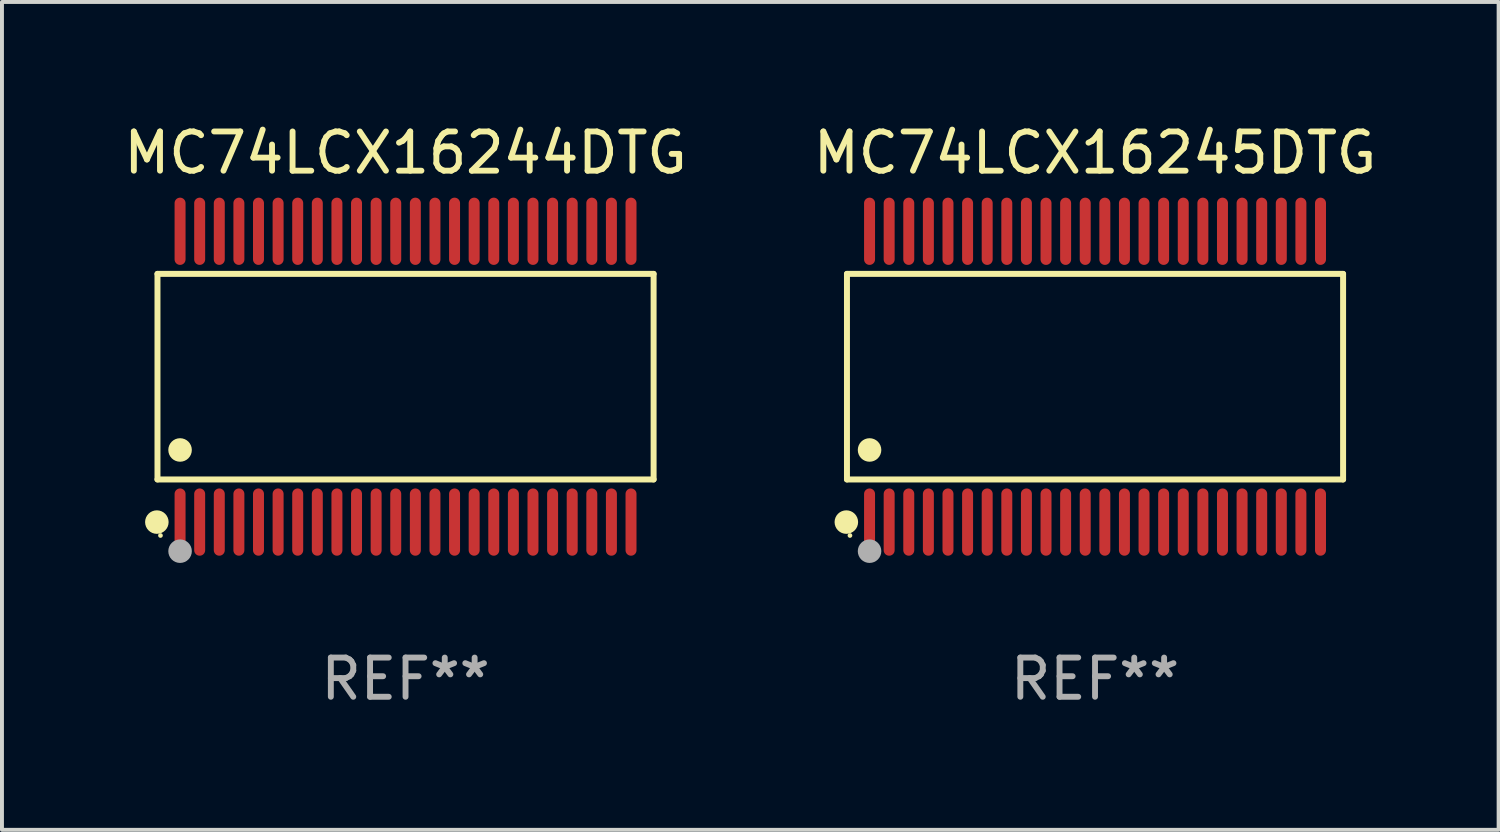
<source format=kicad_pcb>
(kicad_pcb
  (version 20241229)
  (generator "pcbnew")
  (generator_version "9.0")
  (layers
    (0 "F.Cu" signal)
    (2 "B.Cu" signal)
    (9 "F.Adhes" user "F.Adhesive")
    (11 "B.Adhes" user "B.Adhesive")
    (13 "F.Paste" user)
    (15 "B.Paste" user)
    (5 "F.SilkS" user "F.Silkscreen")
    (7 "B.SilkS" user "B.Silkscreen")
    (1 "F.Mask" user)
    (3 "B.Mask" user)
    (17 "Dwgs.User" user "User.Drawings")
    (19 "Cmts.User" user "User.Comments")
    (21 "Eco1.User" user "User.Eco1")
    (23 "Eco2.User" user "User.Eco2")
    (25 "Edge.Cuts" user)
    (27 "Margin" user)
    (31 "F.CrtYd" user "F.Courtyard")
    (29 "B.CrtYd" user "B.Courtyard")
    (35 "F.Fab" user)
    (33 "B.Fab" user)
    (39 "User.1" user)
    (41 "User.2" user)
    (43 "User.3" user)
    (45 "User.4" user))
  (footprint "MC74LCX16245DTG"
    (layer "F.Cu")
    (at 24.875 6.556)
    (property "Reference" "MC74LCX16245DTG" (at 0 -5.708 0) (layer "F.SilkS") (effects (font (size 1 1) (thickness 0.15))))
    (attr through_hole)
    (fp_line (start -6.326 -2.622) (end 6.326 -2.622) (stroke (width 0.152) (type solid)) (layer "F.SilkS"))
    (fp_line (start -6.326 2.621) (end -6.326 -2.622) (stroke (width 0.152) (type solid)) (layer "F.SilkS"))
    (fp_line (start 6.326 -2.622) (end 6.326 2.621) (stroke (width 0.152) (type solid)) (layer "F.SilkS"))
    (fp_line (start 6.326 2.621) (end -6.326 2.621) (stroke (width 0.152) (type solid)) (layer "F.SilkS"))
    (fp_circle (center -6.342 3.708) (end -6.192 3.708) (stroke (width 0.3) (type solid)) (fill no) (layer "F.SilkS"))
    (fp_circle (center -6.25 4.05) (end -6.22 4.05) (stroke (width 0.06) (type solid)) (fill no) (layer "F.SilkS"))
    (fp_circle (center -5.75 1.869) (end -5.6 1.869) (stroke (width 0.3) (type solid)) (fill no) (layer "F.SilkS"))
    (fp_circle (center -5.75 4.45) (end -5.6 4.45) (stroke (width 0.3) (type solid)) (fill no) (layer "F.Fab"))
    (fp_text user "REF**" (at 0 7.708 0) (layer "F.Fab") (effects (font (size 1 1) (thickness 0.15))))
    (pad "1" smd oval (at -5.75 3.708) (size 0.28 1.715) (layers "F.Cu" "F.Mask" "F.Paste"))
    (pad "2" smd oval (at -5.25 3.708) (size 0.28 1.715) (layers "F.Cu" "F.Mask" "F.Paste"))
    (pad "3" smd oval (at -4.75 3.708) (size 0.28 1.715) (layers "F.Cu" "F.Mask" "F.Paste"))
    (pad "4" smd oval (at -4.25 3.708) (size 0.28 1.715) (layers "F.Cu" "F.Mask" "F.Paste"))
    (pad "5" smd oval (at -3.75 3.708) (size 0.28 1.715) (layers "F.Cu" "F.Mask" "F.Paste"))
    (pad "6" smd oval (at -3.25 3.708) (size 0.28 1.715) (layers "F.Cu" "F.Mask" "F.Paste"))
    (pad "7" smd oval (at -2.75 3.708) (size 0.28 1.715) (layers "F.Cu" "F.Mask" "F.Paste"))
    (pad "8" smd oval (at -2.25 3.708) (size 0.28 1.715) (layers "F.Cu" "F.Mask" "F.Paste"))
    (pad "9" smd oval (at -1.75 3.708) (size 0.28 1.715) (layers "F.Cu" "F.Mask" "F.Paste"))
    (pad "10" smd oval (at -1.25 3.708) (size 0.28 1.715) (layers "F.Cu" "F.Mask" "F.Paste"))
    (pad "11" smd oval (at -0.75 3.708) (size 0.28 1.715) (layers "F.Cu" "F.Mask" "F.Paste"))
    (pad "12" smd oval (at -0.25 3.708) (size 0.28 1.715) (layers "F.Cu" "F.Mask" "F.Paste"))
    (pad "13" smd oval (at 0.25 3.708) (size 0.28 1.715) (layers "F.Cu" "F.Mask" "F.Paste"))
    (pad "14" smd oval (at 0.75 3.708) (size 0.28 1.715) (layers "F.Cu" "F.Mask" "F.Paste"))
    (pad "15" smd oval (at 1.25 3.708) (size 0.28 1.715) (layers "F.Cu" "F.Mask" "F.Paste"))
    (pad "16" smd oval (at 1.75 3.708) (size 0.28 1.715) (layers "F.Cu" "F.Mask" "F.Paste"))
    (pad "17" smd oval (at 2.25 3.708) (size 0.28 1.715) (layers "F.Cu" "F.Mask" "F.Paste"))
    (pad "18" smd oval (at 2.75 3.708) (size 0.28 1.715) (layers "F.Cu" "F.Mask" "F.Paste"))
    (pad "19" smd oval (at 3.25 3.708) (size 0.28 1.715) (layers "F.Cu" "F.Mask" "F.Paste"))
    (pad "20" smd oval (at 3.75 3.708) (size 0.28 1.715) (layers "F.Cu" "F.Mask" "F.Paste"))
    (pad "21" smd oval (at 4.25 3.708) (size 0.28 1.715) (layers "F.Cu" "F.Mask" "F.Paste"))
    (pad "22" smd oval (at 4.75 3.708) (size 0.28 1.715) (layers "F.Cu" "F.Mask" "F.Paste"))
    (pad "23" smd oval (at 5.25 3.708) (size 0.28 1.715) (layers "F.Cu" "F.Mask" "F.Paste"))
    (pad "24" smd oval (at 5.75 3.708) (size 0.28 1.715) (layers "F.Cu" "F.Mask" "F.Paste"))
    (pad "25" smd oval (at 5.75 -3.708) (size 0.28 1.715) (layers "F.Cu" "F.Mask" "F.Paste"))
    (pad "26" smd oval (at 5.25 -3.708) (size 0.28 1.715) (layers "F.Cu" "F.Mask" "F.Paste"))
    (pad "27" smd oval (at 4.75 -3.708) (size 0.28 1.715) (layers "F.Cu" "F.Mask" "F.Paste"))
    (pad "28" smd oval (at 4.25 -3.708) (size 0.28 1.715) (layers "F.Cu" "F.Mask" "F.Paste"))
    (pad "29" smd oval (at 3.75 -3.708) (size 0.28 1.715) (layers "F.Cu" "F.Mask" "F.Paste"))
    (pad "30" smd oval (at 3.25 -3.708) (size 0.28 1.715) (layers "F.Cu" "F.Mask" "F.Paste"))
    (pad "31" smd oval (at 2.75 -3.708) (size 0.28 1.715) (layers "F.Cu" "F.Mask" "F.Paste"))
    (pad "32" smd oval (at 2.25 -3.708) (size 0.28 1.715) (layers "F.Cu" "F.Mask" "F.Paste"))
    (pad "33" smd oval (at 1.75 -3.708) (size 0.28 1.715) (layers "F.Cu" "F.Mask" "F.Paste"))
    (pad "34" smd oval (at 1.25 -3.708) (size 0.28 1.715) (layers "F.Cu" "F.Mask" "F.Paste"))
    (pad "35" smd oval (at 0.75 -3.708) (size 0.28 1.715) (layers "F.Cu" "F.Mask" "F.Paste"))
    (pad "36" smd oval (at 0.25 -3.708) (size 0.28 1.715) (layers "F.Cu" "F.Mask" "F.Paste"))
    (pad "37" smd oval (at -0.25 -3.708) (size 0.28 1.715) (layers "F.Cu" "F.Mask" "F.Paste"))
    (pad "38" smd oval (at -0.75 -3.708) (size 0.28 1.715) (layers "F.Cu" "F.Mask" "F.Paste"))
    (pad "39" smd oval (at -1.25 -3.708) (size 0.28 1.715) (layers "F.Cu" "F.Mask" "F.Paste"))
    (pad "40" smd oval (at -1.75 -3.708) (size 0.28 1.715) (layers "F.Cu" "F.Mask" "F.Paste"))
    (pad "41" smd oval (at -2.25 -3.708) (size 0.28 1.715) (layers "F.Cu" "F.Mask" "F.Paste"))
    (pad "42" smd oval (at -2.75 -3.708) (size 0.28 1.715) (layers "F.Cu" "F.Mask" "F.Paste"))
    (pad "43" smd oval (at -3.25 -3.708) (size 0.28 1.715) (layers "F.Cu" "F.Mask" "F.Paste"))
    (pad "44" smd oval (at -3.75 -3.708) (size 0.28 1.715) (layers "F.Cu" "F.Mask" "F.Paste"))
    (pad "45" smd oval (at -4.25 -3.708) (size 0.28 1.715) (layers "F.Cu" "F.Mask" "F.Paste"))
    (pad "46" smd oval (at -4.75 -3.708) (size 0.28 1.715) (layers "F.Cu" "F.Mask" "F.Paste"))
    (pad "47" smd oval (at -5.25 -3.708) (size 0.28 1.715) (layers "F.Cu" "F.Mask" "F.Paste"))
    (pad "48" smd oval (at -5.75 -3.708) (size 0.28 1.715) (layers "F.Cu" "F.Mask" "F.Paste")))
  (footprint "MC74LCX16244DTG"
    (layer "F.Cu")
    (at 7.292 6.556)
    (property "Reference" "MC74LCX16244DTG" (at 0 -5.708 0) (layer "F.SilkS") (effects (font (size 1 1) (thickness 0.15))))
    (attr through_hole)
    (fp_line (start -6.326 -2.622) (end 6.326 -2.622) (stroke (width 0.152) (type solid)) (layer "F.SilkS"))
    (fp_line (start -6.326 2.621) (end -6.326 -2.622) (stroke (width 0.152) (type solid)) (layer "F.SilkS"))
    (fp_line (start 6.326 -2.622) (end 6.326 2.621) (stroke (width 0.152) (type solid)) (layer "F.SilkS"))
    (fp_line (start 6.326 2.621) (end -6.326 2.621) (stroke (width 0.152) (type solid)) (layer "F.SilkS"))
    (fp_circle (center -6.342 3.708) (end -6.192 3.708) (stroke (width 0.3) (type solid)) (fill no) (layer "F.SilkS"))
    (fp_circle (center -6.25 4.05) (end -6.22 4.05) (stroke (width 0.06) (type solid)) (fill no) (layer "F.SilkS"))
    (fp_circle (center -5.75 1.869) (end -5.6 1.869) (stroke (width 0.3) (type solid)) (fill no) (layer "F.SilkS"))
    (fp_circle (center -5.75 4.45) (end -5.6 4.45) (stroke (width 0.3) (type solid)) (fill no) (layer "F.Fab"))
    (fp_text user "REF**" (at 0 7.708 0) (layer "F.Fab") (effects (font (size 1 1) (thickness 0.15))))
    (pad "1" smd oval (at -5.75 3.708) (size 0.28 1.715) (layers "F.Cu" "F.Mask" "F.Paste"))
    (pad "2" smd oval (at -5.25 3.708) (size 0.28 1.715) (layers "F.Cu" "F.Mask" "F.Paste"))
    (pad "3" smd oval (at -4.75 3.708) (size 0.28 1.715) (layers "F.Cu" "F.Mask" "F.Paste"))
    (pad "4" smd oval (at -4.25 3.708) (size 0.28 1.715) (layers "F.Cu" "F.Mask" "F.Paste"))
    (pad "5" smd oval (at -3.75 3.708) (size 0.28 1.715) (layers "F.Cu" "F.Mask" "F.Paste"))
    (pad "6" smd oval (at -3.25 3.708) (size 0.28 1.715) (layers "F.Cu" "F.Mask" "F.Paste"))
    (pad "7" smd oval (at -2.75 3.708) (size 0.28 1.715) (layers "F.Cu" "F.Mask" "F.Paste"))
    (pad "8" smd oval (at -2.25 3.708) (size 0.28 1.715) (layers "F.Cu" "F.Mask" "F.Paste"))
    (pad "9" smd oval (at -1.75 3.708) (size 0.28 1.715) (layers "F.Cu" "F.Mask" "F.Paste"))
    (pad "10" smd oval (at -1.25 3.708) (size 0.28 1.715) (layers "F.Cu" "F.Mask" "F.Paste"))
    (pad "11" smd oval (at -0.75 3.708) (size 0.28 1.715) (layers "F.Cu" "F.Mask" "F.Paste"))
    (pad "12" smd oval (at -0.25 3.708) (size 0.28 1.715) (layers "F.Cu" "F.Mask" "F.Paste"))
    (pad "13" smd oval (at 0.25 3.708) (size 0.28 1.715) (layers "F.Cu" "F.Mask" "F.Paste"))
    (pad "14" smd oval (at 0.75 3.708) (size 0.28 1.715) (layers "F.Cu" "F.Mask" "F.Paste"))
    (pad "15" smd oval (at 1.25 3.708) (size 0.28 1.715) (layers "F.Cu" "F.Mask" "F.Paste"))
    (pad "16" smd oval (at 1.75 3.708) (size 0.28 1.715) (layers "F.Cu" "F.Mask" "F.Paste"))
    (pad "17" smd oval (at 2.25 3.708) (size 0.28 1.715) (layers "F.Cu" "F.Mask" "F.Paste"))
    (pad "18" smd oval (at 2.75 3.708) (size 0.28 1.715) (layers "F.Cu" "F.Mask" "F.Paste"))
    (pad "19" smd oval (at 3.25 3.708) (size 0.28 1.715) (layers "F.Cu" "F.Mask" "F.Paste"))
    (pad "20" smd oval (at 3.75 3.708) (size 0.28 1.715) (layers "F.Cu" "F.Mask" "F.Paste"))
    (pad "21" smd oval (at 4.25 3.708) (size 0.28 1.715) (layers "F.Cu" "F.Mask" "F.Paste"))
    (pad "22" smd oval (at 4.75 3.708) (size 0.28 1.715) (layers "F.Cu" "F.Mask" "F.Paste"))
    (pad "23" smd oval (at 5.25 3.708) (size 0.28 1.715) (layers "F.Cu" "F.Mask" "F.Paste"))
    (pad "24" smd oval (at 5.75 3.708) (size 0.28 1.715) (layers "F.Cu" "F.Mask" "F.Paste"))
    (pad "25" smd oval (at 5.75 -3.708) (size 0.28 1.715) (layers "F.Cu" "F.Mask" "F.Paste"))
    (pad "26" smd oval (at 5.25 -3.708) (size 0.28 1.715) (layers "F.Cu" "F.Mask" "F.Paste"))
    (pad "27" smd oval (at 4.75 -3.708) (size 0.28 1.715) (layers "F.Cu" "F.Mask" "F.Paste"))
    (pad "28" smd oval (at 4.25 -3.708) (size 0.28 1.715) (layers "F.Cu" "F.Mask" "F.Paste"))
    (pad "29" smd oval (at 3.75 -3.708) (size 0.28 1.715) (layers "F.Cu" "F.Mask" "F.Paste"))
    (pad "30" smd oval (at 3.25 -3.708) (size 0.28 1.715) (layers "F.Cu" "F.Mask" "F.Paste"))
    (pad "31" smd oval (at 2.75 -3.708) (size 0.28 1.715) (layers "F.Cu" "F.Mask" "F.Paste"))
    (pad "32" smd oval (at 2.25 -3.708) (size 0.28 1.715) (layers "F.Cu" "F.Mask" "F.Paste"))
    (pad "33" smd oval (at 1.75 -3.708) (size 0.28 1.715) (layers "F.Cu" "F.Mask" "F.Paste"))
    (pad "34" smd oval (at 1.25 -3.708) (size 0.28 1.715) (layers "F.Cu" "F.Mask" "F.Paste"))
    (pad "35" smd oval (at 0.75 -3.708) (size 0.28 1.715) (layers "F.Cu" "F.Mask" "F.Paste"))
    (pad "36" smd oval (at 0.25 -3.708) (size 0.28 1.715) (layers "F.Cu" "F.Mask" "F.Paste"))
    (pad "37" smd oval (at -0.25 -3.708) (size 0.28 1.715) (layers "F.Cu" "F.Mask" "F.Paste"))
    (pad "38" smd oval (at -0.75 -3.708) (size 0.28 1.715) (layers "F.Cu" "F.Mask" "F.Paste"))
    (pad "39" smd oval (at -1.25 -3.708) (size 0.28 1.715) (layers "F.Cu" "F.Mask" "F.Paste"))
    (pad "40" smd oval (at -1.75 -3.708) (size 0.28 1.715) (layers "F.Cu" "F.Mask" "F.Paste"))
    (pad "41" smd oval (at -2.25 -3.708) (size 0.28 1.715) (layers "F.Cu" "F.Mask" "F.Paste"))
    (pad "42" smd oval (at -2.75 -3.708) (size 0.28 1.715) (layers "F.Cu" "F.Mask" "F.Paste"))
    (pad "43" smd oval (at -3.25 -3.708) (size 0.28 1.715) (layers "F.Cu" "F.Mask" "F.Paste"))
    (pad "44" smd oval (at -3.75 -3.708) (size 0.28 1.715) (layers "F.Cu" "F.Mask" "F.Paste"))
    (pad "45" smd oval (at -4.25 -3.708) (size 0.28 1.715) (layers "F.Cu" "F.Mask" "F.Paste"))
    (pad "46" smd oval (at -4.75 -3.708) (size 0.28 1.715) (layers "F.Cu" "F.Mask" "F.Paste"))
    (pad "47" smd oval (at -5.25 -3.708) (size 0.28 1.715) (layers "F.Cu" "F.Mask" "F.Paste"))
    (pad "48" smd oval (at -5.75 -3.708) (size 0.28 1.715) (layers "F.Cu" "F.Mask" "F.Paste")))
  (gr_rect
    (start -3 -3)
    (end 35.167 18.112)
    (stroke (width 0.1) (type default))
    (fill no)
    (layer "Edge.Cuts")))
</source>
